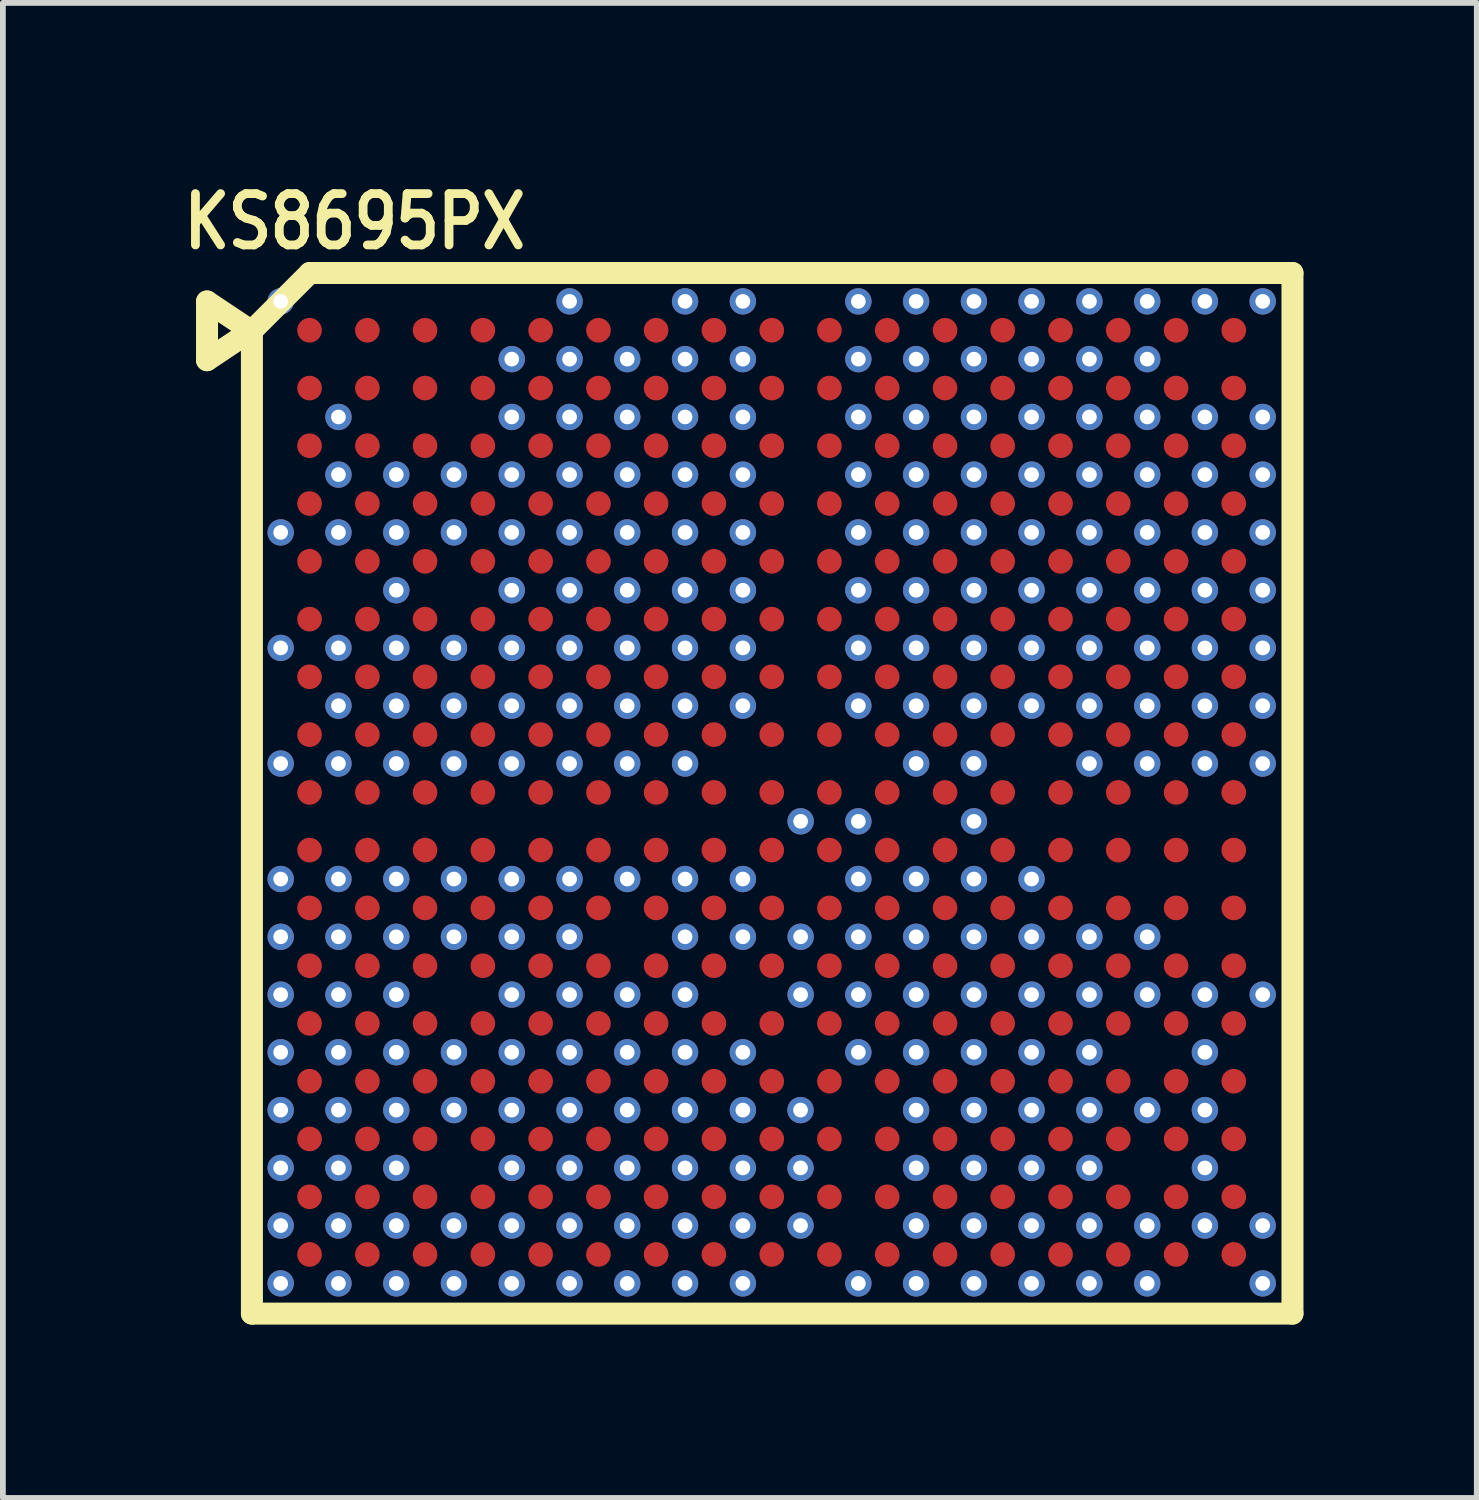
<source format=kicad_pcb>
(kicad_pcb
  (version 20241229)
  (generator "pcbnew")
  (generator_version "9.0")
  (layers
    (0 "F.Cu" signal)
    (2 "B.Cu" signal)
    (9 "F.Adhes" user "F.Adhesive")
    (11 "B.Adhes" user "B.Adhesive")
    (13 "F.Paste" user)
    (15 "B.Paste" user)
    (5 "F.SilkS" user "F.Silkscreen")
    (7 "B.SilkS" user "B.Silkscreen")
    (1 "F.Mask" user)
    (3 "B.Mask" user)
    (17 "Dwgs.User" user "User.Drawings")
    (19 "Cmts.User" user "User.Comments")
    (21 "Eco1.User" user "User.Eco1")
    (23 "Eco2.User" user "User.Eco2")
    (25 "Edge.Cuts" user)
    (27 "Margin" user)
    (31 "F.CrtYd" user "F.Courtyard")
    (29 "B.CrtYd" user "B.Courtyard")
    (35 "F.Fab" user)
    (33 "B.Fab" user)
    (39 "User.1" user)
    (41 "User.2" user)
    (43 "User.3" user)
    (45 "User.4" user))
  (footprint "KS8695PX"
    (layer "F.Cu")
    (at 2.309 2.667)
    (property "Reference" "KS8695PX" (at 0.782 -1.88 0) (layer "F.SilkS") (effects (font (size 0.889 0.762) (thickness 0.152))))
    (attr smd)
    (fp_line (start -1.775 -0.498) (end -1.775 0.518) (stroke (width 0.381) (type solid)) (layer "F.SilkS"))
    (fp_line (start -1.775 0.518) (end -1.013 0.01) (stroke (width 0.381) (type solid)) (layer "F.SilkS"))
    (fp_line (start -1.013 0.01) (end -1.775 -0.498) (stroke (width 0.381) (type solid)) (layer "F.SilkS"))
    (fp_line (start -0.998 0.01) (end 0.003 -0.991) (stroke (width 0.381) (type solid)) (layer "F.SilkS"))
    (fp_line (start -0.998 17.023) (end -0.998 0.01) (stroke (width 0.381) (type solid)) (layer "F.SilkS"))
    (fp_line (start 0.003 -0.991) (end 17.015 -0.991) (stroke (width 0.381) (type solid)) (layer "F.SilkS"))
    (fp_line (start 17.015 -0.991) (end 17.015 17.023) (stroke (width 0.381) (type solid)) (layer "F.SilkS"))
    (fp_line (start 17.015 17.023) (end -0.998 17.023) (stroke (width 0.381) (type solid)) (layer "F.SilkS"))
    (pad "A1" thru_hole circle (at -0.5 -0.5) (size 0.457 0.457) (drill 0.254) (layers "*.Cu"))
    (pad "A1" smd circle (at 0 0) (size 0.427 0.427) (layers "F.Cu" "F.Mask" "F.Paste"))
    (pad "A2" smd circle (at 1.001 0) (size 0.427 0.427) (layers "F.Cu" "F.Mask" "F.Paste"))
    (pad "A3" smd circle (at 1.999 0) (size 0.427 0.427) (layers "F.Cu" "F.Mask" "F.Paste"))
    (pad "A4" smd circle (at 3 0) (size 0.427 0.427) (layers "F.Cu" "F.Mask" "F.Paste"))
    (pad "A5" smd circle (at 4 0) (size 0.427 0.427) (layers "F.Cu" "F.Mask" "F.Paste"))
    (pad "A6" thru_hole circle (at 4.501 -0.5) (size 0.457 0.457) (drill 0.254) (layers "*.Cu"))
    (pad "A6" smd circle (at 5.001 0) (size 0.427 0.427) (layers "F.Cu" "F.Mask" "F.Paste"))
    (pad "A7" smd circle (at 5.999 0) (size 0.427 0.427) (layers "F.Cu" "F.Mask" "F.Paste"))
    (pad "A8" thru_hole circle (at 6.5 -0.5) (size 0.457 0.457) (drill 0.254) (layers "*.Cu"))
    (pad "A8" smd circle (at 7 0) (size 0.427 0.427) (layers "F.Cu" "F.Mask" "F.Paste"))
    (pad "A9" thru_hole circle (at 7.501 -0.5) (size 0.457 0.457) (drill 0.254) (layers "*.Cu"))
    (pad "A9" smd circle (at 8.001 0) (size 0.427 0.427) (layers "F.Cu" "F.Mask" "F.Paste"))
    (pad "A10" smd circle (at 8.999 0) (size 0.427 0.427) (layers "F.Cu" "F.Mask" "F.Paste"))
    (pad "A10" thru_hole circle (at 9.5 -0.5) (size 0.457 0.457) (drill 0.254) (layers "*.Cu"))
    (pad "A11" smd circle (at 10 0) (size 0.427 0.427) (layers "F.Cu" "F.Mask" "F.Paste"))
    (pad "A11" thru_hole circle (at 10.5 -0.5) (size 0.457 0.457) (drill 0.254) (layers "*.Cu"))
    (pad "A12" smd circle (at 11.001 0) (size 0.427 0.427) (layers "F.Cu" "F.Mask" "F.Paste"))
    (pad "A12" thru_hole circle (at 11.501 -0.5) (size 0.457 0.457) (drill 0.254) (layers "*.Cu"))
    (pad "A13" smd circle (at 11.999 0) (size 0.427 0.427) (layers "F.Cu" "F.Mask" "F.Paste"))
    (pad "A13" thru_hole circle (at 12.499 -0.5) (size 0.457 0.457) (drill 0.254) (layers "*.Cu"))
    (pad "A14" smd circle (at 13 0) (size 0.427 0.427) (layers "F.Cu" "F.Mask" "F.Paste"))
    (pad "A14" thru_hole circle (at 13.5 -0.5) (size 0.457 0.457) (drill 0.254) (layers "*.Cu"))
    (pad "A15" smd circle (at 14 0) (size 0.427 0.427) (layers "F.Cu" "F.Mask" "F.Paste"))
    (pad "A15" thru_hole circle (at 14.501 -0.5) (size 0.457 0.457) (drill 0.254) (layers "*.Cu"))
    (pad "A16" smd circle (at 15.001 0) (size 0.427 0.427) (layers "F.Cu" "F.Mask" "F.Paste"))
    (pad "A16" thru_hole circle (at 15.499 -0.5) (size 0.457 0.457) (drill 0.254) (layers "*.Cu"))
    (pad "A17" smd circle (at 15.999 0) (size 0.427 0.427) (layers "F.Cu" "F.Mask" "F.Paste"))
    (pad "A17" thru_hole circle (at 16.5 -0.5) (size 0.457 0.457) (drill 0.254) (layers "*.Cu"))
    (pad "B1" smd circle (at 0 1.001) (size 0.427 0.427) (layers "F.Cu" "F.Mask" "F.Paste"))
    (pad "B2" smd circle (at 1.001 1.001) (size 0.427 0.427) (layers "F.Cu" "F.Mask" "F.Paste"))
    (pad "B3" smd circle (at 1.999 1.001) (size 0.427 0.427) (layers "F.Cu" "F.Mask" "F.Paste"))
    (pad "B4" smd circle (at 3 1.001) (size 0.427 0.427) (layers "F.Cu" "F.Mask" "F.Paste"))
    (pad "B5" thru_hole circle (at 3.5 0.5) (size 0.457 0.457) (drill 0.254) (layers "*.Cu"))
    (pad "B5" smd circle (at 4 1.001) (size 0.427 0.427) (layers "F.Cu" "F.Mask" "F.Paste"))
    (pad "B6" thru_hole circle (at 4.501 0.5) (size 0.457 0.457) (drill 0.254) (layers "*.Cu"))
    (pad "B6" smd circle (at 5.001 1.001) (size 0.427 0.427) (layers "F.Cu" "F.Mask" "F.Paste"))
    (pad "B7" thru_hole circle (at 5.499 0.5) (size 0.457 0.457) (drill 0.254) (layers "*.Cu"))
    (pad "B7" smd circle (at 5.999 1.001) (size 0.427 0.427) (layers "F.Cu" "F.Mask" "F.Paste"))
    (pad "B8" thru_hole circle (at 6.5 0.5) (size 0.457 0.457) (drill 0.254) (layers "*.Cu"))
    (pad "B8" smd circle (at 7 1.001) (size 0.427 0.427) (layers "F.Cu" "F.Mask" "F.Paste"))
    (pad "B9" thru_hole circle (at 7.501 0.5) (size 0.457 0.457) (drill 0.254) (layers "*.Cu"))
    (pad "B9" smd circle (at 8.001 1.001) (size 0.427 0.427) (layers "F.Cu" "F.Mask" "F.Paste"))
    (pad "B10" smd circle (at 8.999 1.001) (size 0.427 0.427) (layers "F.Cu" "F.Mask" "F.Paste"))
    (pad "B10" thru_hole circle (at 9.5 0.5) (size 0.457 0.457) (drill 0.254) (layers "*.Cu"))
    (pad "B11" smd circle (at 10 1.001) (size 0.427 0.427) (layers "F.Cu" "F.Mask" "F.Paste"))
    (pad "B11" thru_hole circle (at 10.5 0.5) (size 0.457 0.457) (drill 0.254) (layers "*.Cu"))
    (pad "B12" smd circle (at 11.001 1.001) (size 0.427 0.427) (layers "F.Cu" "F.Mask" "F.Paste"))
    (pad "B12" thru_hole circle (at 11.501 0.5) (size 0.457 0.457) (drill 0.254) (layers "*.Cu"))
    (pad "B13" smd circle (at 11.999 1.001) (size 0.427 0.427) (layers "F.Cu" "F.Mask" "F.Paste"))
    (pad "B13" thru_hole circle (at 12.499 0.5) (size 0.457 0.457) (drill 0.254) (layers "*.Cu"))
    (pad "B14" smd circle (at 13 1.001) (size 0.427 0.427) (layers "F.Cu" "F.Mask" "F.Paste"))
    (pad "B14" thru_hole circle (at 13.5 0.5) (size 0.457 0.457) (drill 0.254) (layers "*.Cu"))
    (pad "B15" smd circle (at 14 1.001) (size 0.427 0.427) (layers "F.Cu" "F.Mask" "F.Paste"))
    (pad "B15" thru_hole circle (at 14.501 0.5) (size 0.457 0.457) (drill 0.254) (layers "*.Cu"))
    (pad "B16" smd circle (at 15.001 1.001) (size 0.427 0.427) (layers "F.Cu" "F.Mask" "F.Paste"))
    (pad "B17" smd circle (at 15.999 1.001) (size 0.427 0.427) (layers "F.Cu" "F.Mask" "F.Paste"))
    (pad "C1" smd circle (at 0 1.999) (size 0.427 0.427) (layers "F.Cu" "F.Mask" "F.Paste"))
    (pad "C2" thru_hole circle (at 0.5 1.501) (size 0.457 0.457) (drill 0.254) (layers "*.Cu"))
    (pad "C2" smd circle (at 1.001 1.999) (size 0.427 0.427) (layers "F.Cu" "F.Mask" "F.Paste"))
    (pad "C3" smd circle (at 1.999 1.999) (size 0.427 0.427) (layers "F.Cu" "F.Mask" "F.Paste"))
    (pad "C4" smd circle (at 3 1.999) (size 0.427 0.427) (layers "F.Cu" "F.Mask" "F.Paste"))
    (pad "C5" thru_hole circle (at 3.5 1.501) (size 0.457 0.457) (drill 0.254) (layers "*.Cu"))
    (pad "C5" smd circle (at 4 1.999) (size 0.427 0.427) (layers "F.Cu" "F.Mask" "F.Paste"))
    (pad "C6" thru_hole circle (at 4.501 1.501) (size 0.457 0.457) (drill 0.254) (layers "*.Cu"))
    (pad "C6" smd circle (at 5.001 1.999) (size 0.427 0.427) (layers "F.Cu" "F.Mask" "F.Paste"))
    (pad "C7" thru_hole circle (at 5.499 1.501) (size 0.457 0.457) (drill 0.254) (layers "*.Cu"))
    (pad "C7" smd circle (at 5.999 1.999) (size 0.427 0.427) (layers "F.Cu" "F.Mask" "F.Paste"))
    (pad "C8" thru_hole circle (at 6.5 1.501) (size 0.457 0.457) (drill 0.254) (layers "*.Cu"))
    (pad "C8" smd circle (at 7 1.999) (size 0.427 0.427) (layers "F.Cu" "F.Mask" "F.Paste"))
    (pad "C9" thru_hole circle (at 7.501 1.501) (size 0.457 0.457) (drill 0.254) (layers "*.Cu"))
    (pad "C9" smd circle (at 8.001 1.999) (size 0.427 0.427) (layers "F.Cu" "F.Mask" "F.Paste"))
    (pad "C10" smd circle (at 8.999 1.999) (size 0.427 0.427) (layers "F.Cu" "F.Mask" "F.Paste"))
    (pad "C10" thru_hole circle (at 9.5 1.501) (size 0.457 0.457) (drill 0.254) (layers "*.Cu"))
    (pad "C11" smd circle (at 10 1.999) (size 0.427 0.427) (layers "F.Cu" "F.Mask" "F.Paste"))
    (pad "C11" thru_hole circle (at 10.5 1.501) (size 0.457 0.457) (drill 0.254) (layers "*.Cu"))
    (pad "C12" smd circle (at 11.001 1.999) (size 0.427 0.427) (layers "F.Cu" "F.Mask" "F.Paste"))
    (pad "C12" thru_hole circle (at 11.501 1.501) (size 0.457 0.457) (drill 0.254) (layers "*.Cu"))
    (pad "C13" smd circle (at 11.999 1.999) (size 0.427 0.427) (layers "F.Cu" "F.Mask" "F.Paste"))
    (pad "C13" thru_hole circle (at 12.499 1.501) (size 0.457 0.457) (drill 0.254) (layers "*.Cu"))
    (pad "C14" smd circle (at 13 1.999) (size 0.427 0.427) (layers "F.Cu" "F.Mask" "F.Paste"))
    (pad "C14" thru_hole circle (at 13.5 1.501) (size 0.457 0.457) (drill 0.254) (layers "*.Cu"))
    (pad "C15" smd circle (at 14 1.999) (size 0.427 0.427) (layers "F.Cu" "F.Mask" "F.Paste"))
    (pad "C15" thru_hole circle (at 14.501 1.501) (size 0.457 0.457) (drill 0.254) (layers "*.Cu"))
    (pad "C16" smd circle (at 15.001 1.999) (size 0.427 0.427) (layers "F.Cu" "F.Mask" "F.Paste"))
    (pad "C16" thru_hole circle (at 15.499 1.501) (size 0.457 0.457) (drill 0.254) (layers "*.Cu"))
    (pad "C17" smd circle (at 15.999 1.999) (size 0.427 0.427) (layers "F.Cu" "F.Mask" "F.Paste"))
    (pad "C17" thru_hole circle (at 16.5 1.501) (size 0.457 0.457) (drill 0.254) (layers "*.Cu"))
    (pad "D1" smd circle (at 0 3) (size 0.427 0.427) (layers "F.Cu" "F.Mask" "F.Paste"))
    (pad "D2" thru_hole circle (at 0.5 2.499) (size 0.457 0.457) (drill 0.254) (layers "*.Cu"))
    (pad "D2" smd circle (at 1.001 3) (size 0.427 0.427) (layers "F.Cu" "F.Mask" "F.Paste"))
    (pad "D3" thru_hole circle (at 1.501 2.499) (size 0.457 0.457) (drill 0.254) (layers "*.Cu"))
    (pad "D3" smd circle (at 1.999 3) (size 0.427 0.427) (layers "F.Cu" "F.Mask" "F.Paste"))
    (pad "D4" thru_hole circle (at 2.499 2.499) (size 0.457 0.457) (drill 0.254) (layers "*.Cu"))
    (pad "D4" smd circle (at 3 3) (size 0.427 0.427) (layers "F.Cu" "F.Mask" "F.Paste"))
    (pad "D5" thru_hole circle (at 3.5 2.499) (size 0.457 0.457) (drill 0.254) (layers "*.Cu"))
    (pad "D5" smd circle (at 4 3) (size 0.427 0.427) (layers "F.Cu" "F.Mask" "F.Paste"))
    (pad "D6" thru_hole circle (at 4.501 2.499) (size 0.457 0.457) (drill 0.254) (layers "*.Cu"))
    (pad "D6" smd circle (at 5.001 3) (size 0.427 0.427) (layers "F.Cu" "F.Mask" "F.Paste"))
    (pad "D7" thru_hole circle (at 5.499 2.499) (size 0.457 0.457) (drill 0.254) (layers "*.Cu"))
    (pad "D7" smd circle (at 5.999 3) (size 0.427 0.427) (layers "F.Cu" "F.Mask" "F.Paste"))
    (pad "D8" thru_hole circle (at 6.5 2.499) (size 0.457 0.457) (drill 0.254) (layers "*.Cu"))
    (pad "D8" smd circle (at 7 3) (size 0.427 0.427) (layers "F.Cu" "F.Mask" "F.Paste"))
    (pad "D9" thru_hole circle (at 7.501 2.499) (size 0.457 0.457) (drill 0.254) (layers "*.Cu"))
    (pad "D9" smd circle (at 8.001 3) (size 0.427 0.427) (layers "F.Cu" "F.Mask" "F.Paste"))
    (pad "D10" smd circle (at 8.999 3) (size 0.427 0.427) (layers "F.Cu" "F.Mask" "F.Paste"))
    (pad "D10" thru_hole circle (at 9.5 2.499) (size 0.457 0.457) (drill 0.254) (layers "*.Cu"))
    (pad "D11" smd circle (at 10 3) (size 0.427 0.427) (layers "F.Cu" "F.Mask" "F.Paste"))
    (pad "D11" thru_hole circle (at 10.5 2.499) (size 0.457 0.457) (drill 0.254) (layers "*.Cu"))
    (pad "D12" smd circle (at 11.001 3) (size 0.427 0.427) (layers "F.Cu" "F.Mask" "F.Paste"))
    (pad "D12" thru_hole circle (at 11.501 2.499) (size 0.457 0.457) (drill 0.254) (layers "*.Cu"))
    (pad "D13" smd circle (at 11.999 3) (size 0.427 0.427) (layers "F.Cu" "F.Mask" "F.Paste"))
    (pad "D13" thru_hole circle (at 12.499 2.499) (size 0.457 0.457) (drill 0.254) (layers "*.Cu"))
    (pad "D14" smd circle (at 13 3) (size 0.427 0.427) (layers "F.Cu" "F.Mask" "F.Paste"))
    (pad "D14" thru_hole circle (at 13.5 2.499) (size 0.457 0.457) (drill 0.254) (layers "*.Cu"))
    (pad "D15" smd circle (at 14 3) (size 0.427 0.427) (layers "F.Cu" "F.Mask" "F.Paste"))
    (pad "D15" thru_hole circle (at 14.501 2.499) (size 0.457 0.457) (drill 0.254) (layers "*.Cu"))
    (pad "D16" smd circle (at 15.001 3) (size 0.427 0.427) (layers "F.Cu" "F.Mask" "F.Paste"))
    (pad "D16" thru_hole circle (at 15.499 2.499) (size 0.457 0.457) (drill 0.254) (layers "*.Cu"))
    (pad "D17" smd circle (at 15.999 3) (size 0.427 0.427) (layers "F.Cu" "F.Mask" "F.Paste"))
    (pad "D17" thru_hole circle (at 16.5 2.499) (size 0.457 0.457) (drill 0.254) (layers "*.Cu"))
    (pad "E1" thru_hole circle (at -0.5 3.5) (size 0.457 0.457) (drill 0.254) (layers "*.Cu"))
    (pad "E1" smd circle (at 0 4) (size 0.427 0.427) (layers "F.Cu" "F.Mask" "F.Paste"))
    (pad "E2" thru_hole circle (at 0.5 3.5) (size 0.457 0.457) (drill 0.254) (layers "*.Cu"))
    (pad "E2" smd circle (at 1.001 4) (size 0.427 0.427) (layers "F.Cu" "F.Mask" "F.Paste"))
    (pad "E3" thru_hole circle (at 1.501 3.5) (size 0.457 0.457) (drill 0.254) (layers "*.Cu"))
    (pad "E3" smd circle (at 1.999 4) (size 0.427 0.427) (layers "F.Cu" "F.Mask" "F.Paste"))
    (pad "E4" thru_hole circle (at 2.499 3.5) (size 0.457 0.457) (drill 0.254) (layers "*.Cu"))
    (pad "E4" smd circle (at 3 4) (size 0.427 0.427) (layers "F.Cu" "F.Mask" "F.Paste"))
    (pad "E5" thru_hole circle (at 3.5 3.5) (size 0.457 0.457) (drill 0.254) (layers "*.Cu"))
    (pad "E5" smd circle (at 4 4) (size 0.427 0.427) (layers "F.Cu" "F.Mask" "F.Paste"))
    (pad "E6" thru_hole circle (at 4.501 3.5) (size 0.457 0.457) (drill 0.254) (layers "*.Cu"))
    (pad "E6" smd circle (at 5.001 4) (size 0.427 0.427) (layers "F.Cu" "F.Mask" "F.Paste"))
    (pad "E7" thru_hole circle (at 5.499 3.5) (size 0.457 0.457) (drill 0.254) (layers "*.Cu"))
    (pad "E7" smd circle (at 5.999 4) (size 0.427 0.427) (layers "F.Cu" "F.Mask" "F.Paste"))
    (pad "E8" thru_hole circle (at 6.5 3.5) (size 0.457 0.457) (drill 0.254) (layers "*.Cu"))
    (pad "E8" smd circle (at 7 4) (size 0.427 0.427) (layers "F.Cu" "F.Mask" "F.Paste"))
    (pad "E9" thru_hole circle (at 7.501 3.5) (size 0.457 0.457) (drill 0.254) (layers "*.Cu"))
    (pad "E9" smd circle (at 8.001 4) (size 0.427 0.427) (layers "F.Cu" "F.Mask" "F.Paste"))
    (pad "E10" smd circle (at 8.999 4) (size 0.427 0.427) (layers "F.Cu" "F.Mask" "F.Paste"))
    (pad "E10" thru_hole circle (at 9.5 3.5) (size 0.457 0.457) (drill 0.254) (layers "*.Cu"))
    (pad "E11" smd circle (at 10 4) (size 0.427 0.427) (layers "F.Cu" "F.Mask" "F.Paste"))
    (pad "E11" thru_hole circle (at 10.5 3.5) (size 0.457 0.457) (drill 0.254) (layers "*.Cu"))
    (pad "E12" smd circle (at 11.001 4) (size 0.427 0.427) (layers "F.Cu" "F.Mask" "F.Paste"))
    (pad "E12" thru_hole circle (at 11.501 3.5) (size 0.457 0.457) (drill 0.254) (layers "*.Cu"))
    (pad "E13" smd circle (at 11.999 4) (size 0.427 0.427) (layers "F.Cu" "F.Mask" "F.Paste"))
    (pad "E13" thru_hole circle (at 12.499 3.5) (size 0.457 0.457) (drill 0.254) (layers "*.Cu"))
    (pad "E14" smd circle (at 13 4) (size 0.427 0.427) (layers "F.Cu" "F.Mask" "F.Paste"))
    (pad "E14" thru_hole circle (at 13.5 3.5) (size 0.457 0.457) (drill 0.254) (layers "*.Cu"))
    (pad "E15" smd circle (at 14 4) (size 0.427 0.427) (layers "F.Cu" "F.Mask" "F.Paste"))
    (pad "E15" thru_hole circle (at 14.501 3.5) (size 0.457 0.457) (drill 0.254) (layers "*.Cu"))
    (pad "E16" smd circle (at 15.001 4) (size 0.427 0.427) (layers "F.Cu" "F.Mask" "F.Paste"))
    (pad "E16" thru_hole circle (at 15.499 3.5) (size 0.457 0.457) (drill 0.254) (layers "*.Cu"))
    (pad "E17" smd circle (at 15.999 4) (size 0.427 0.427) (layers "F.Cu" "F.Mask" "F.Paste"))
    (pad "E17" thru_hole circle (at 16.5 3.5) (size 0.457 0.457) (drill 0.254) (layers "*.Cu"))
    (pad "F1" smd circle (at 0 5.001) (size 0.427 0.427) (layers "F.Cu" "F.Mask" "F.Paste"))
    (pad "F2" smd circle (at 1.001 5.001) (size 0.427 0.427) (layers "F.Cu" "F.Mask" "F.Paste"))
    (pad "F3" thru_hole circle (at 1.501 4.501) (size 0.457 0.457) (drill 0.254) (layers "*.Cu"))
    (pad "F3" smd circle (at 1.999 5.001) (size 0.427 0.427) (layers "F.Cu" "F.Mask" "F.Paste"))
    (pad "F4" smd circle (at 3 5.001) (size 0.427 0.427) (layers "F.Cu" "F.Mask" "F.Paste"))
    (pad "F5" thru_hole circle (at 3.5 4.501) (size 0.457 0.457) (drill 0.254) (layers "*.Cu"))
    (pad "F5" smd circle (at 4 5.001) (size 0.427 0.427) (layers "F.Cu" "F.Mask" "F.Paste"))
    (pad "F6" thru_hole circle (at 4.501 4.501) (size 0.457 0.457) (drill 0.254) (layers "*.Cu"))
    (pad "F6" smd circle (at 5.001 5.001) (size 0.427 0.427) (layers "F.Cu" "F.Mask" "F.Paste"))
    (pad "F7" thru_hole circle (at 5.499 4.501) (size 0.457 0.457) (drill 0.254) (layers "*.Cu"))
    (pad "F7" smd circle (at 5.999 5.001) (size 0.427 0.427) (layers "F.Cu" "F.Mask" "F.Paste"))
    (pad "F8" thru_hole circle (at 6.5 4.501) (size 0.457 0.457) (drill 0.254) (layers "*.Cu"))
    (pad "F8" smd circle (at 7 5.001) (size 0.427 0.427) (layers "F.Cu" "F.Mask" "F.Paste"))
    (pad "F9" thru_hole circle (at 7.501 4.501) (size 0.457 0.457) (drill 0.254) (layers "*.Cu"))
    (pad "F9" smd circle (at 8.001 5.001) (size 0.427 0.427) (layers "F.Cu" "F.Mask" "F.Paste"))
    (pad "F10" smd circle (at 8.999 5.001) (size 0.427 0.427) (layers "F.Cu" "F.Mask" "F.Paste"))
    (pad "F10" thru_hole circle (at 9.5 4.501) (size 0.457 0.457) (drill 0.254) (layers "*.Cu"))
    (pad "F11" smd circle (at 10 5.001) (size 0.427 0.427) (layers "F.Cu" "F.Mask" "F.Paste"))
    (pad "F11" thru_hole circle (at 10.5 4.501) (size 0.457 0.457) (drill 0.254) (layers "*.Cu"))
    (pad "F12" smd circle (at 11.001 5.001) (size 0.427 0.427) (layers "F.Cu" "F.Mask" "F.Paste"))
    (pad "F12" thru_hole circle (at 11.501 4.501) (size 0.457 0.457) (drill 0.254) (layers "*.Cu"))
    (pad "F13" smd circle (at 11.999 5.001) (size 0.427 0.427) (layers "F.Cu" "F.Mask" "F.Paste"))
    (pad "F13" thru_hole circle (at 12.499 4.501) (size 0.457 0.457) (drill 0.254) (layers "*.Cu"))
    (pad "F14" smd circle (at 13 5.001) (size 0.427 0.427) (layers "F.Cu" "F.Mask" "F.Paste"))
    (pad "F14" thru_hole circle (at 13.5 4.501) (size 0.457 0.457) (drill 0.254) (layers "*.Cu"))
    (pad "F15" smd circle (at 14 5.001) (size 0.427 0.427) (layers "F.Cu" "F.Mask" "F.Paste"))
    (pad "F15" thru_hole circle (at 14.501 4.501) (size 0.457 0.457) (drill 0.254) (layers "*.Cu"))
    (pad "F16" smd circle (at 15.001 5.001) (size 0.427 0.427) (layers "F.Cu" "F.Mask" "F.Paste"))
    (pad "F16" thru_hole circle (at 15.499 4.501) (size 0.457 0.457) (drill 0.254) (layers "*.Cu"))
    (pad "F17" smd circle (at 15.999 5.001) (size 0.427 0.427) (layers "F.Cu" "F.Mask" "F.Paste"))
    (pad "F17" thru_hole circle (at 16.5 4.501) (size 0.457 0.457) (drill 0.254) (layers "*.Cu"))
    (pad "G1" thru_hole circle (at -0.5 5.499) (size 0.457 0.457) (drill 0.254) (layers "*.Cu"))
    (pad "G1" smd circle (at 0 5.999) (size 0.427 0.427) (layers "F.Cu" "F.Mask" "F.Paste"))
    (pad "G2" thru_hole circle (at 0.5 5.499) (size 0.457 0.457) (drill 0.254) (layers "*.Cu"))
    (pad "G2" smd circle (at 1.001 5.999) (size 0.427 0.427) (layers "F.Cu" "F.Mask" "F.Paste"))
    (pad "G3" thru_hole circle (at 1.501 5.499) (size 0.457 0.457) (drill 0.254) (layers "*.Cu"))
    (pad "G3" smd circle (at 1.999 5.999) (size 0.427 0.427) (layers "F.Cu" "F.Mask" "F.Paste"))
    (pad "G4" thru_hole circle (at 2.499 5.499) (size 0.457 0.457) (drill 0.254) (layers "*.Cu"))
    (pad "G4" smd circle (at 3 5.999) (size 0.427 0.427) (layers "F.Cu" "F.Mask" "F.Paste"))
    (pad "G5" thru_hole circle (at 3.5 5.499) (size 0.457 0.457) (drill 0.254) (layers "*.Cu"))
    (pad "G5" smd circle (at 4 5.999) (size 0.427 0.427) (layers "F.Cu" "F.Mask" "F.Paste"))
    (pad "G6" thru_hole circle (at 4.501 5.499) (size 0.457 0.457) (drill 0.254) (layers "*.Cu"))
    (pad "G6" smd circle (at 5.001 5.999) (size 0.427 0.427) (layers "F.Cu" "F.Mask" "F.Paste"))
    (pad "G7" thru_hole circle (at 5.499 5.499) (size 0.457 0.457) (drill 0.254) (layers "*.Cu"))
    (pad "G7" smd circle (at 5.999 5.999) (size 0.427 0.427) (layers "F.Cu" "F.Mask" "F.Paste"))
    (pad "G8" thru_hole circle (at 6.5 5.499) (size 0.457 0.457) (drill 0.254) (layers "*.Cu"))
    (pad "G8" smd circle (at 7 5.999) (size 0.427 0.427) (layers "F.Cu" "F.Mask" "F.Paste"))
    (pad "G9" thru_hole circle (at 7.501 5.499) (size 0.457 0.457) (drill 0.254) (layers "*.Cu"))
    (pad "G9" smd circle (at 8.001 5.999) (size 0.427 0.427) (layers "F.Cu" "F.Mask" "F.Paste"))
    (pad "G10" smd circle (at 8.999 5.999) (size 0.427 0.427) (layers "F.Cu" "F.Mask" "F.Paste"))
    (pad "G10" thru_hole circle (at 9.5 5.499) (size 0.457 0.457) (drill 0.254) (layers "*.Cu"))
    (pad "G11" smd circle (at 10 5.999) (size 0.427 0.427) (layers "F.Cu" "F.Mask" "F.Paste"))
    (pad "G11" thru_hole circle (at 10.5 5.499) (size 0.457 0.457) (drill 0.254) (layers "*.Cu"))
    (pad "G12" smd circle (at 11.001 5.999) (size 0.427 0.427) (layers "F.Cu" "F.Mask" "F.Paste"))
    (pad "G12" thru_hole circle (at 11.501 5.499) (size 0.457 0.457) (drill 0.254) (layers "*.Cu"))
    (pad "G13" smd circle (at 11.999 5.999) (size 0.427 0.427) (layers "F.Cu" "F.Mask" "F.Paste"))
    (pad "G13" thru_hole circle (at 12.499 5.499) (size 0.457 0.457) (drill 0.254) (layers "*.Cu"))
    (pad "G14" smd circle (at 13 5.999) (size 0.427 0.427) (layers "F.Cu" "F.Mask" "F.Paste"))
    (pad "G14" thru_hole circle (at 13.5 5.499) (size 0.457 0.457) (drill 0.254) (layers "*.Cu"))
    (pad "G15" smd circle (at 14 5.999) (size 0.427 0.427) (layers "F.Cu" "F.Mask" "F.Paste"))
    (pad "G15" thru_hole circle (at 14.501 5.499) (size 0.457 0.457) (drill 0.254) (layers "*.Cu"))
    (pad "G16" smd circle (at 15.001 5.999) (size 0.427 0.427) (layers "F.Cu" "F.Mask" "F.Paste"))
    (pad "G16" thru_hole circle (at 15.499 5.499) (size 0.457 0.457) (drill 0.254) (layers "*.Cu"))
    (pad "G17" smd circle (at 15.999 5.999) (size 0.427 0.427) (layers "F.Cu" "F.Mask" "F.Paste"))
    (pad "G17" thru_hole circle (at 16.5 5.499) (size 0.457 0.457) (drill 0.254) (layers "*.Cu"))
    (pad "H1" smd circle (at 0 7) (size 0.427 0.427) (layers "F.Cu" "F.Mask" "F.Paste"))
    (pad "H2" thru_hole circle (at 0.5 6.5) (size 0.457 0.457) (drill 0.254) (layers "*.Cu"))
    (pad "H2" smd circle (at 1.001 7) (size 0.427 0.427) (layers "F.Cu" "F.Mask" "F.Paste"))
    (pad "H3" thru_hole circle (at 1.501 6.5) (size 0.457 0.457) (drill 0.254) (layers "*.Cu"))
    (pad "H3" smd circle (at 1.999 7) (size 0.427 0.427) (layers "F.Cu" "F.Mask" "F.Paste"))
    (pad "H4" thru_hole circle (at 2.499 6.5) (size 0.457 0.457) (drill 0.254) (layers "*.Cu"))
    (pad "H4" smd circle (at 3 7) (size 0.427 0.427) (layers "F.Cu" "F.Mask" "F.Paste"))
    (pad "H5" thru_hole circle (at 3.5 6.5) (size 0.457 0.457) (drill 0.254) (layers "*.Cu"))
    (pad "H5" smd circle (at 4 7) (size 0.427 0.427) (layers "F.Cu" "F.Mask" "F.Paste"))
    (pad "H6" thru_hole circle (at 4.501 6.5) (size 0.457 0.457) (drill 0.254) (layers "*.Cu"))
    (pad "H6" smd circle (at 5.001 7) (size 0.427 0.427) (layers "F.Cu" "F.Mask" "F.Paste"))
    (pad "H7" thru_hole circle (at 5.499 6.5) (size 0.457 0.457) (drill 0.254) (layers "*.Cu"))
    (pad "H7" smd circle (at 5.999 7) (size 0.427 0.427) (layers "F.Cu" "F.Mask" "F.Paste"))
    (pad "H8" thru_hole circle (at 6.5 6.5) (size 0.457 0.457) (drill 0.254) (layers "*.Cu"))
    (pad "H8" smd circle (at 7 7) (size 0.427 0.427) (layers "F.Cu" "F.Mask" "F.Paste"))
    (pad "H9" thru_hole circle (at 7.501 6.5) (size 0.457 0.457) (drill 0.254) (layers "*.Cu"))
    (pad "H9" smd circle (at 8.001 7) (size 0.427 0.427) (layers "F.Cu" "F.Mask" "F.Paste"))
    (pad "H10" smd circle (at 8.999 7) (size 0.427 0.427) (layers "F.Cu" "F.Mask" "F.Paste"))
    (pad "H10" thru_hole circle (at 9.5 6.5) (size 0.457 0.457) (drill 0.254) (layers "*.Cu"))
    (pad "H11" smd circle (at 10 7) (size 0.427 0.427) (layers "F.Cu" "F.Mask" "F.Paste"))
    (pad "H11" thru_hole circle (at 10.5 6.5) (size 0.457 0.457) (drill 0.254) (layers "*.Cu"))
    (pad "H12" smd circle (at 11.001 7) (size 0.427 0.427) (layers "F.Cu" "F.Mask" "F.Paste"))
    (pad "H12" thru_hole circle (at 11.501 6.5) (size 0.457 0.457) (drill 0.254) (layers "*.Cu"))
    (pad "H13" smd circle (at 11.999 7) (size 0.427 0.427) (layers "F.Cu" "F.Mask" "F.Paste"))
    (pad "H13" thru_hole circle (at 12.499 6.5) (size 0.457 0.457) (drill 0.254) (layers "*.Cu"))
    (pad "H14" smd circle (at 13 7) (size 0.427 0.427) (layers "F.Cu" "F.Mask" "F.Paste"))
    (pad "H14" thru_hole circle (at 13.5 6.5) (size 0.457 0.457) (drill 0.254) (layers "*.Cu"))
    (pad "H15" smd circle (at 14 7) (size 0.427 0.427) (layers "F.Cu" "F.Mask" "F.Paste"))
    (pad "H15" thru_hole circle (at 14.501 6.5) (size 0.457 0.457) (drill 0.254) (layers "*.Cu"))
    (pad "H16" smd circle (at 15.001 7) (size 0.427 0.427) (layers "F.Cu" "F.Mask" "F.Paste"))
    (pad "H16" thru_hole circle (at 15.499 6.5) (size 0.457 0.457) (drill 0.254) (layers "*.Cu"))
    (pad "H17" smd circle (at 15.999 7) (size 0.427 0.427) (layers "F.Cu" "F.Mask" "F.Paste"))
    (pad "H17" thru_hole circle (at 16.5 6.5) (size 0.457 0.457) (drill 0.254) (layers "*.Cu"))
    (pad "J1" thru_hole circle (at -0.5 7.501) (size 0.457 0.457) (drill 0.254) (layers "*.Cu"))
    (pad "J1" smd circle (at 0 8.001) (size 0.427 0.427) (layers "F.Cu" "F.Mask" "F.Paste"))
    (pad "J2" thru_hole circle (at 0.5 7.501) (size 0.457 0.457) (drill 0.254) (layers "*.Cu"))
    (pad "J2" smd circle (at 1.001 8.001) (size 0.427 0.427) (layers "F.Cu" "F.Mask" "F.Paste"))
    (pad "J3" thru_hole circle (at 1.501 7.501) (size 0.457 0.457) (drill 0.254) (layers "*.Cu"))
    (pad "J3" smd circle (at 1.999 8.001) (size 0.427 0.427) (layers "F.Cu" "F.Mask" "F.Paste"))
    (pad "J4" thru_hole circle (at 2.499 7.501) (size 0.457 0.457) (drill 0.254) (layers "*.Cu"))
    (pad "J4" smd circle (at 3 8.001) (size 0.427 0.427) (layers "F.Cu" "F.Mask" "F.Paste"))
    (pad "J5" thru_hole circle (at 3.5 7.501) (size 0.457 0.457) (drill 0.254) (layers "*.Cu"))
    (pad "J5" smd circle (at 4 8.001) (size 0.427 0.427) (layers "F.Cu" "F.Mask" "F.Paste"))
    (pad "J6" thru_hole circle (at 4.501 7.501) (size 0.457 0.457) (drill 0.254) (layers "*.Cu"))
    (pad "J6" smd circle (at 5.001 8.001) (size 0.427 0.427) (layers "F.Cu" "F.Mask" "F.Paste"))
    (pad "J7" thru_hole circle (at 5.499 7.501) (size 0.457 0.457) (drill 0.254) (layers "*.Cu"))
    (pad "J7" smd circle (at 5.999 8.001) (size 0.427 0.427) (layers "F.Cu" "F.Mask" "F.Paste"))
    (pad "J8" thru_hole circle (at 6.5 7.501) (size 0.457 0.457) (drill 0.254) (layers "*.Cu"))
    (pad "J8" smd circle (at 7 8.001) (size 0.427 0.427) (layers "F.Cu" "F.Mask" "F.Paste"))
    (pad "J9" smd circle (at 8.001 8.001) (size 0.427 0.427) (layers "F.Cu" "F.Mask" "F.Paste"))
    (pad "J9" thru_hole circle (at 8.501 8.501) (size 0.457 0.457) (drill 0.254) (layers "*.Cu"))
    (pad "J10" smd circle (at 8.999 8.001) (size 0.427 0.427) (layers "F.Cu" "F.Mask" "F.Paste"))
    (pad "J10" thru_hole circle (at 9.5 8.501) (size 0.457 0.457) (drill 0.254) (layers "*.Cu"))
    (pad "J11" smd circle (at 10 8.001) (size 0.427 0.427) (layers "F.Cu" "F.Mask" "F.Paste"))
    (pad "J11" thru_hole circle (at 10.5 7.501) (size 0.457 0.457) (drill 0.254) (layers "*.Cu"))
    (pad "J12" smd circle (at 11.001 8.001) (size 0.427 0.427) (layers "F.Cu" "F.Mask" "F.Paste"))
    (pad "J12" thru_hole circle (at 11.501 8.501) (size 0.457 0.457) (drill 0.254) (layers "*.Cu"))
    (pad "J13" thru_hole circle (at 11.499 7.498) (size 0.457 0.457) (drill 0.254) (layers "*.Cu"))
    (pad "J13" smd circle (at 11.999 8.001) (size 0.427 0.427) (layers "F.Cu" "F.Mask" "F.Paste"))
    (pad "J14" smd circle (at 13 8.001) (size 0.427 0.427) (layers "F.Cu" "F.Mask" "F.Paste"))
    (pad "J14" thru_hole circle (at 13.5 7.501) (size 0.457 0.457) (drill 0.254) (layers "*.Cu"))
    (pad "J15" smd circle (at 14 8.001) (size 0.427 0.427) (layers "F.Cu" "F.Mask" "F.Paste"))
    (pad "J15" thru_hole circle (at 14.501 7.501) (size 0.457 0.457) (drill 0.254) (layers "*.Cu"))
    (pad "J16" smd circle (at 15.001 8.001) (size 0.427 0.427) (layers "F.Cu" "F.Mask" "F.Paste"))
    (pad "J16" thru_hole circle (at 15.499 7.501) (size 0.457 0.457) (drill 0.254) (layers "*.Cu"))
    (pad "J17" smd circle (at 15.999 8.001) (size 0.427 0.427) (layers "F.Cu" "F.Mask" "F.Paste"))
    (pad "J17" thru_hole circle (at 16.5 7.501) (size 0.457 0.457) (drill 0.254) (layers "*.Cu"))
    (pad "K1" thru_hole circle (at -0.5 9.5) (size 0.457 0.457) (drill 0.254) (layers "*.Cu"))
    (pad "K1" smd circle (at 0 8.999) (size 0.427 0.427) (layers "F.Cu" "F.Mask" "F.Paste"))
    (pad "K2" thru_hole circle (at 0.5 9.5) (size 0.457 0.457) (drill 0.254) (layers "*.Cu"))
    (pad "K2" smd circle (at 1.001 8.999) (size 0.427 0.427) (layers "F.Cu" "F.Mask" "F.Paste"))
    (pad "K3" thru_hole circle (at 1.501 9.5) (size 0.457 0.457) (drill 0.254) (layers "*.Cu"))
    (pad "K3" smd circle (at 1.999 8.999) (size 0.427 0.427) (layers "F.Cu" "F.Mask" "F.Paste"))
    (pad "K4" thru_hole circle (at 2.499 9.5) (size 0.457 0.457) (drill 0.254) (layers "*.Cu"))
    (pad "K4" smd circle (at 3 8.999) (size 0.427 0.427) (layers "F.Cu" "F.Mask" "F.Paste"))
    (pad "K5" thru_hole circle (at 3.5 9.5) (size 0.457 0.457) (drill 0.254) (layers "*.Cu"))
    (pad "K5" smd circle (at 4 8.999) (size 0.427 0.427) (layers "F.Cu" "F.Mask" "F.Paste"))
    (pad "K6" thru_hole circle (at 4.501 9.5) (size 0.457 0.457) (drill 0.254) (layers "*.Cu"))
    (pad "K6" smd circle (at 5.001 8.999) (size 0.427 0.427) (layers "F.Cu" "F.Mask" "F.Paste"))
    (pad "K7" thru_hole circle (at 5.499 9.5) (size 0.457 0.457) (drill 0.254) (layers "*.Cu"))
    (pad "K7" smd circle (at 5.999 8.999) (size 0.427 0.427) (layers "F.Cu" "F.Mask" "F.Paste"))
    (pad "K8" thru_hole circle (at 6.5 9.5) (size 0.457 0.457) (drill 0.254) (layers "*.Cu"))
    (pad "K8" smd circle (at 7 8.999) (size 0.427 0.427) (layers "F.Cu" "F.Mask" "F.Paste"))
    (pad "K9" thru_hole circle (at 7.501 9.5) (size 0.457 0.457) (drill 0.254) (layers "*.Cu"))
    (pad "K9" smd circle (at 8.001 8.999) (size 0.427 0.427) (layers "F.Cu" "F.Mask" "F.Paste"))
    (pad "K10" smd circle (at 8.999 8.999) (size 0.427 0.427) (layers "F.Cu" "F.Mask" "F.Paste"))
    (pad "K10" thru_hole circle (at 9.5 9.5) (size 0.457 0.457) (drill 0.254) (layers "*.Cu"))
    (pad "K11" smd circle (at 10 8.999) (size 0.427 0.427) (layers "F.Cu" "F.Mask" "F.Paste"))
    (pad "K11" thru_hole circle (at 10.5 9.5) (size 0.457 0.457) (drill 0.254) (layers "*.Cu"))
    (pad "K12" smd circle (at 11.001 8.999) (size 0.427 0.427) (layers "F.Cu" "F.Mask" "F.Paste"))
    (pad "K12" thru_hole circle (at 11.501 9.5) (size 0.457 0.457) (drill 0.254) (layers "*.Cu"))
    (pad "K13" smd circle (at 11.999 8.999) (size 0.427 0.427) (layers "F.Cu" "F.Mask" "F.Paste"))
    (pad "K13" thru_hole circle (at 12.499 9.5) (size 0.457 0.457) (drill 0.254) (layers "*.Cu"))
    (pad "K14" smd circle (at 13 8.999) (size 0.427 0.427) (layers "F.Cu" "F.Mask" "F.Paste"))
    (pad "K15" smd circle (at 14 8.999) (size 0.427 0.427) (layers "F.Cu" "F.Mask" "F.Paste"))
    (pad "K16" smd circle (at 15.001 8.999) (size 0.427 0.427) (layers "F.Cu" "F.Mask" "F.Paste"))
    (pad "K17" smd circle (at 15.999 8.999) (size 0.427 0.427) (layers "F.Cu" "F.Mask" "F.Paste"))
    (pad "L1" thru_hole circle (at -0.5 10.5) (size 0.457 0.457) (drill 0.254) (layers "*.Cu"))
    (pad "L1" smd circle (at 0 10) (size 0.427 0.427) (layers "F.Cu" "F.Mask" "F.Paste"))
    (pad "L2" thru_hole circle (at 0.5 10.5) (size 0.457 0.457) (drill 0.254) (layers "*.Cu"))
    (pad "L2" smd circle (at 1.001 10) (size 0.427 0.427) (layers "F.Cu" "F.Mask" "F.Paste"))
    (pad "L3" thru_hole circle (at 1.501 10.5) (size 0.457 0.457) (drill 0.254) (layers "*.Cu"))
    (pad "L3" smd circle (at 1.999 10) (size 0.427 0.427) (layers "F.Cu" "F.Mask" "F.Paste"))
    (pad "L4" thru_hole circle (at 2.499 10.5) (size 0.457 0.457) (drill 0.254) (layers "*.Cu"))
    (pad "L4" smd circle (at 3 10) (size 0.427 0.427) (layers "F.Cu" "F.Mask" "F.Paste"))
    (pad "L5" thru_hole circle (at 3.5 10.5) (size 0.457 0.457) (drill 0.254) (layers "*.Cu"))
    (pad "L5" smd circle (at 4 10) (size 0.427 0.427) (layers "F.Cu" "F.Mask" "F.Paste"))
    (pad "L6" thru_hole circle (at 4.501 10.5) (size 0.457 0.457) (drill 0.254) (layers "*.Cu"))
    (pad "L6" smd circle (at 5.001 10) (size 0.427 0.427) (layers "F.Cu" "F.Mask" "F.Paste"))
    (pad "L7" smd circle (at 5.999 10) (size 0.427 0.427) (layers "F.Cu" "F.Mask" "F.Paste"))
    (pad "L7" thru_hole circle (at 8.501 10.5) (size 0.457 0.457) (drill 0.254) (layers "*.Cu"))
    (pad "L8" thru_hole circle (at 6.5 10.5) (size 0.457 0.457) (drill 0.254) (layers "*.Cu"))
    (pad "L8" smd circle (at 7 10) (size 0.427 0.427) (layers "F.Cu" "F.Mask" "F.Paste"))
    (pad "L9" thru_hole circle (at 7.501 10.5) (size 0.457 0.457) (drill 0.254) (layers "*.Cu"))
    (pad "L9" smd circle (at 8.001 10) (size 0.427 0.427) (layers "F.Cu" "F.Mask" "F.Paste"))
    (pad "L10" smd circle (at 8.999 10) (size 0.427 0.427) (layers "F.Cu" "F.Mask" "F.Paste"))
    (pad "L10" thru_hole circle (at 9.5 10.5) (size 0.457 0.457) (drill 0.254) (layers "*.Cu"))
    (pad "L11" smd circle (at 10 10) (size 0.427 0.427) (layers "F.Cu" "F.Mask" "F.Paste"))
    (pad "L11" thru_hole circle (at 10.5 10.5) (size 0.457 0.457) (drill 0.254) (layers "*.Cu"))
    (pad "L12" smd circle (at 11.001 10) (size 0.427 0.427) (layers "F.Cu" "F.Mask" "F.Paste"))
    (pad "L12" thru_hole circle (at 11.501 10.5) (size 0.457 0.457) (drill 0.254) (layers "*.Cu"))
    (pad "L13" smd circle (at 11.999 10) (size 0.427 0.427) (layers "F.Cu" "F.Mask" "F.Paste"))
    (pad "L13" thru_hole circle (at 12.499 10.5) (size 0.457 0.457) (drill 0.254) (layers "*.Cu"))
    (pad "L14" smd circle (at 13 10) (size 0.427 0.427) (layers "F.Cu" "F.Mask" "F.Paste"))
    (pad "L14" thru_hole circle (at 13.5 10.5) (size 0.457 0.457) (drill 0.254) (layers "*.Cu"))
    (pad "L15" smd circle (at 14 10) (size 0.427 0.427) (layers "F.Cu" "F.Mask" "F.Paste"))
    (pad "L15" thru_hole circle (at 14.501 10.5) (size 0.457 0.457) (drill 0.254) (layers "*.Cu"))
    (pad "L16" smd circle (at 15.001 10) (size 0.427 0.427) (layers "F.Cu" "F.Mask" "F.Paste"))
    (pad "L17" smd circle (at 15.999 10) (size 0.427 0.427) (layers "F.Cu" "F.Mask" "F.Paste"))
    (pad "M1" thru_hole circle (at -0.5 11.501) (size 0.457 0.457) (drill 0.254) (layers "*.Cu"))
    (pad "M1" smd circle (at 0 11.001) (size 0.427 0.427) (layers "F.Cu" "F.Mask" "F.Paste"))
    (pad "M2" thru_hole circle (at 0.5 11.501) (size 0.457 0.457) (drill 0.254) (layers "*.Cu"))
    (pad "M2" smd circle (at 1.001 11.001) (size 0.427 0.427) (layers "F.Cu" "F.Mask" "F.Paste"))
    (pad "M3" thru_hole circle (at 1.501 11.501) (size 0.457 0.457) (drill 0.254) (layers "*.Cu"))
    (pad "M3" smd circle (at 1.999 11.001) (size 0.427 0.427) (layers "F.Cu" "F.Mask" "F.Paste"))
    (pad "M4" smd circle (at 3 11.001) (size 0.427 0.427) (layers "F.Cu" "F.Mask" "F.Paste"))
    (pad "M5" thru_hole circle (at 3.5 11.501) (size 0.457 0.457) (drill 0.254) (layers "*.Cu"))
    (pad "M5" smd circle (at 4 11.001) (size 0.427 0.427) (layers "F.Cu" "F.Mask" "F.Paste"))
    (pad "M6" thru_hole circle (at 4.501 11.501) (size 0.457 0.457) (drill 0.254) (layers "*.Cu"))
    (pad "M6" smd circle (at 5.001 11.001) (size 0.427 0.427) (layers "F.Cu" "F.Mask" "F.Paste"))
    (pad "M7" thru_hole circle (at 5.499 11.501) (size 0.457 0.457) (drill 0.254) (layers "*.Cu"))
    (pad "M7" smd circle (at 5.999 11.001) (size 0.427 0.427) (layers "F.Cu" "F.Mask" "F.Paste"))
    (pad "M8" thru_hole circle (at 6.5 11.501) (size 0.457 0.457) (drill 0.254) (layers "*.Cu"))
    (pad "M8" smd circle (at 7 11.001) (size 0.427 0.427) (layers "F.Cu" "F.Mask" "F.Paste"))
    (pad "M9" smd circle (at 8.001 11.001) (size 0.427 0.427) (layers "F.Cu" "F.Mask" "F.Paste"))
    (pad "M9" thru_hole circle (at 8.501 11.501) (size 0.457 0.457) (drill 0.254) (layers "*.Cu"))
    (pad "M10" smd circle (at 8.999 11.001) (size 0.427 0.427) (layers "F.Cu" "F.Mask" "F.Paste"))
    (pad "M10" thru_hole circle (at 9.5 11.501) (size 0.457 0.457) (drill 0.254) (layers "*.Cu"))
    (pad "M11" smd circle (at 10 11.001) (size 0.427 0.427) (layers "F.Cu" "F.Mask" "F.Paste"))
    (pad "M11" thru_hole circle (at 10.5 11.501) (size 0.457 0.457) (drill 0.254) (layers "*.Cu"))
    (pad "M12" smd circle (at 11.001 11.001) (size 0.427 0.427) (layers "F.Cu" "F.Mask" "F.Paste"))
    (pad "M12" thru_hole circle (at 11.501 11.501) (size 0.457 0.457) (drill 0.254) (layers "*.Cu"))
    (pad "M13" smd circle (at 11.999 11.001) (size 0.427 0.427) (layers "F.Cu" "F.Mask" "F.Paste"))
    (pad "M13" thru_hole circle (at 12.499 11.501) (size 0.457 0.457) (drill 0.254) (layers "*.Cu"))
    (pad "M14" smd circle (at 13 11.001) (size 0.427 0.427) (layers "F.Cu" "F.Mask" "F.Paste"))
    (pad "M14" thru_hole circle (at 13.5 11.501) (size 0.457 0.457) (drill 0.254) (layers "*.Cu"))
    (pad "M15" smd circle (at 14 11.001) (size 0.427 0.427) (layers "F.Cu" "F.Mask" "F.Paste"))
    (pad "M15" thru_hole circle (at 14.501 11.501) (size 0.457 0.457) (drill 0.254) (layers "*.Cu"))
    (pad "M16" smd circle (at 15.001 11.001) (size 0.427 0.427) (layers "F.Cu" "F.Mask" "F.Paste"))
    (pad "M16" thru_hole circle (at 15.499 11.501) (size 0.457 0.457) (drill 0.254) (layers "*.Cu"))
    (pad "M17" smd circle (at 15.999 11.001) (size 0.427 0.427) (layers "F.Cu" "F.Mask" "F.Paste"))
    (pad "M17" thru_hole circle (at 16.5 11.501) (size 0.457 0.457) (drill 0.254) (layers "*.Cu"))
    (pad "N1" thru_hole circle (at -0.5 12.499) (size 0.457 0.457) (drill 0.254) (layers "*.Cu"))
    (pad "N1" smd circle (at 0 11.999) (size 0.427 0.427) (layers "F.Cu" "F.Mask" "F.Paste"))
    (pad "N2" thru_hole circle (at 0.5 12.499) (size 0.457 0.457) (drill 0.254) (layers "*.Cu"))
    (pad "N2" smd circle (at 1.001 11.999) (size 0.427 0.427) (layers "F.Cu" "F.Mask" "F.Paste"))
    (pad "N3" thru_hole circle (at 1.501 12.499) (size 0.457 0.457) (drill 0.254) (layers "*.Cu"))
    (pad "N3" smd circle (at 1.999 11.999) (size 0.427 0.427) (layers "F.Cu" "F.Mask" "F.Paste"))
    (pad "N4" thru_hole circle (at 2.499 12.499) (size 0.457 0.457) (drill 0.254) (layers "*.Cu"))
    (pad "N4" smd circle (at 3 11.999) (size 0.427 0.427) (layers "F.Cu" "F.Mask" "F.Paste"))
    (pad "N5" thru_hole circle (at 3.5 12.499) (size 0.457 0.457) (drill 0.254) (layers "*.Cu"))
    (pad "N5" smd circle (at 4 11.999) (size 0.427 0.427) (layers "F.Cu" "F.Mask" "F.Paste"))
    (pad "N6" thru_hole circle (at 4.501 12.499) (size 0.457 0.457) (drill 0.254) (layers "*.Cu"))
    (pad "N6" smd circle (at 5.001 11.999) (size 0.427 0.427) (layers "F.Cu" "F.Mask" "F.Paste"))
    (pad "N7" thru_hole circle (at 5.499 12.499) (size 0.457 0.457) (drill 0.254) (layers "*.Cu"))
    (pad "N7" smd circle (at 5.999 11.999) (size 0.427 0.427) (layers "F.Cu" "F.Mask" "F.Paste"))
    (pad "N8" thru_hole circle (at 6.5 12.499) (size 0.457 0.457) (drill 0.254) (layers "*.Cu"))
    (pad "N8" smd circle (at 7 11.999) (size 0.427 0.427) (layers "F.Cu" "F.Mask" "F.Paste"))
    (pad "N9" thru_hole circle (at 7.501 12.499) (size 0.457 0.457) (drill 0.254) (layers "*.Cu"))
    (pad "N9" smd circle (at 8.001 11.999) (size 0.427 0.427) (layers "F.Cu" "F.Mask" "F.Paste"))
    (pad "N10" smd circle (at 8.999 11.999) (size 0.427 0.427) (layers "F.Cu" "F.Mask" "F.Paste"))
    (pad "N10" thru_hole circle (at 9.5 12.499) (size 0.457 0.457) (drill 0.254) (layers "*.Cu"))
    (pad "N11" smd circle (at 10 11.999) (size 0.427 0.427) (layers "F.Cu" "F.Mask" "F.Paste"))
    (pad "N11" thru_hole circle (at 10.5 12.499) (size 0.457 0.457) (drill 0.254) (layers "*.Cu"))
    (pad "N12" smd circle (at 11.001 11.999) (size 0.427 0.427) (layers "F.Cu" "F.Mask" "F.Paste"))
    (pad "N12" thru_hole circle (at 11.501 12.499) (size 0.457 0.457) (drill 0.254) (layers "*.Cu"))
    (pad "N13" smd circle (at 11.999 11.999) (size 0.427 0.427) (layers "F.Cu" "F.Mask" "F.Paste"))
    (pad "N13" thru_hole circle (at 12.499 12.499) (size 0.457 0.457) (drill 0.254) (layers "*.Cu"))
    (pad "N14" smd circle (at 13 11.999) (size 0.427 0.427) (layers "F.Cu" "F.Mask" "F.Paste"))
    (pad "N14" thru_hole circle (at 13.5 12.499) (size 0.457 0.457) (drill 0.254) (layers "*.Cu"))
    (pad "N15" smd circle (at 14 11.999) (size 0.427 0.427) (layers "F.Cu" "F.Mask" "F.Paste"))
    (pad "N16" smd circle (at 15.001 11.999) (size 0.427 0.427) (layers "F.Cu" "F.Mask" "F.Paste"))
    (pad "N16" thru_hole circle (at 15.499 12.499) (size 0.457 0.457) (drill 0.254) (layers "*.Cu"))
    (pad "N17" smd circle (at 15.999 11.999) (size 0.427 0.427) (layers "F.Cu" "F.Mask" "F.Paste"))
    (pad "P1" thru_hole circle (at -0.5 13.5) (size 0.457 0.457) (drill 0.254) (layers "*.Cu"))
    (pad "P1" smd circle (at 0 13) (size 0.427 0.427) (layers "F.Cu" "F.Mask" "F.Paste"))
    (pad "P2" thru_hole circle (at 0.5 13.5) (size 0.457 0.457) (drill 0.254) (layers "*.Cu"))
    (pad "P2" smd circle (at 1.001 13) (size 0.427 0.427) (layers "F.Cu" "F.Mask" "F.Paste"))
    (pad "P3" thru_hole circle (at 1.501 13.5) (size 0.457 0.457) (drill 0.254) (layers "*.Cu"))
    (pad "P3" smd circle (at 1.999 13) (size 0.427 0.427) (layers "F.Cu" "F.Mask" "F.Paste"))
    (pad "P4" thru_hole circle (at 2.499 13.5) (size 0.457 0.457) (drill 0.254) (layers "*.Cu"))
    (pad "P4" smd circle (at 3 13) (size 0.427 0.427) (layers "F.Cu" "F.Mask" "F.Paste"))
    (pad "P5" thru_hole circle (at 3.5 13.5) (size 0.457 0.457) (drill 0.254) (layers "*.Cu"))
    (pad "P5" smd circle (at 4 13) (size 0.427 0.427) (layers "F.Cu" "F.Mask" "F.Paste"))
    (pad "P6" thru_hole circle (at 4.501 13.5) (size 0.457 0.457) (drill 0.254) (layers "*.Cu"))
    (pad "P6" smd circle (at 5.001 13) (size 0.427 0.427) (layers "F.Cu" "F.Mask" "F.Paste"))
    (pad "P7" thru_hole circle (at 5.499 13.5) (size 0.457 0.457) (drill 0.254) (layers "*.Cu"))
    (pad "P7" smd circle (at 5.999 13) (size 0.427 0.427) (layers "F.Cu" "F.Mask" "F.Paste"))
    (pad "P8" thru_hole circle (at 6.5 13.5) (size 0.457 0.457) (drill 0.254) (layers "*.Cu"))
    (pad "P8" smd circle (at 7 13) (size 0.427 0.427) (layers "F.Cu" "F.Mask" "F.Paste"))
    (pad "P9" thru_hole circle (at 7.501 13.5) (size 0.457 0.457) (drill 0.254) (layers "*.Cu"))
    (pad "P9" smd circle (at 8.001 13) (size 0.427 0.427) (layers "F.Cu" "F.Mask" "F.Paste"))
    (pad "P10" thru_hole circle (at 8.499 13.5) (size 0.457 0.457) (drill 0.254) (layers "*.Cu"))
    (pad "P10" smd circle (at 8.999 13) (size 0.427 0.427) (layers "F.Cu" "F.Mask" "F.Paste"))
    (pad "P11" smd circle (at 10 13) (size 0.427 0.427) (layers "F.Cu" "F.Mask" "F.Paste"))
    (pad "P11" thru_hole circle (at 10.5 13.5) (size 0.457 0.457) (drill 0.254) (layers "*.Cu"))
    (pad "P12" smd circle (at 11.001 13) (size 0.427 0.427) (layers "F.Cu" "F.Mask" "F.Paste"))
    (pad "P12" thru_hole circle (at 11.501 13.5) (size 0.457 0.457) (drill 0.254) (layers "*.Cu"))
    (pad "P13" smd circle (at 11.999 13) (size 0.427 0.427) (layers "F.Cu" "F.Mask" "F.Paste"))
    (pad "P13" thru_hole circle (at 12.499 13.5) (size 0.457 0.457) (drill 0.254) (layers "*.Cu"))
    (pad "P14" smd circle (at 13 13) (size 0.427 0.427) (layers "F.Cu" "F.Mask" "F.Paste"))
    (pad "P14" thru_hole circle (at 13.5 13.5) (size 0.457 0.457) (drill 0.254) (layers "*.Cu"))
    (pad "P15" smd circle (at 14 13) (size 0.427 0.427) (layers "F.Cu" "F.Mask" "F.Paste"))
    (pad "P15" thru_hole circle (at 14.501 13.5) (size 0.457 0.457) (drill 0.254) (layers "*.Cu"))
    (pad "P16" smd circle (at 15.001 13) (size 0.427 0.427) (layers "F.Cu" "F.Mask" "F.Paste"))
    (pad "P16" thru_hole circle (at 15.499 13.5) (size 0.457 0.457) (drill 0.254) (layers "*.Cu"))
    (pad "P17" smd circle (at 15.999 13) (size 0.427 0.427) (layers "F.Cu" "F.Mask" "F.Paste"))
    (pad "R1" thru_hole circle (at -0.5 14.501) (size 0.457 0.457) (drill 0.254) (layers "*.Cu"))
    (pad "R1" smd circle (at 0 14) (size 0.427 0.427) (layers "F.Cu" "F.Mask" "F.Paste"))
    (pad "R2" thru_hole circle (at 0.5 14.501) (size 0.457 0.457) (drill 0.254) (layers "*.Cu"))
    (pad "R2" smd circle (at 1.001 14) (size 0.427 0.427) (layers "F.Cu" "F.Mask" "F.Paste"))
    (pad "R3" thru_hole circle (at 1.501 14.501) (size 0.457 0.457) (drill 0.254) (layers "*.Cu"))
    (pad "R3" smd circle (at 1.999 14) (size 0.427 0.427) (layers "F.Cu" "F.Mask" "F.Paste"))
    (pad "R4" smd circle (at 3 14) (size 0.427 0.427) (layers "F.Cu" "F.Mask" "F.Paste"))
    (pad "R5" thru_hole circle (at 3.5 14.501) (size 0.457 0.457) (drill 0.254) (layers "*.Cu"))
    (pad "R5" smd circle (at 4 14) (size 0.427 0.427) (layers "F.Cu" "F.Mask" "F.Paste"))
    (pad "R6" thru_hole circle (at 4.501 14.501) (size 0.457 0.457) (drill 0.254) (layers "*.Cu"))
    (pad "R6" smd circle (at 5.001 14) (size 0.427 0.427) (layers "F.Cu" "F.Mask" "F.Paste"))
    (pad "R7" thru_hole circle (at 5.499 14.501) (size 0.457 0.457) (drill 0.254) (layers "*.Cu"))
    (pad "R7" smd circle (at 5.999 14) (size 0.427 0.427) (layers "F.Cu" "F.Mask" "F.Paste"))
    (pad "R8" thru_hole circle (at 6.5 14.501) (size 0.457 0.457) (drill 0.254) (layers "*.Cu"))
    (pad "R8" smd circle (at 7 14) (size 0.427 0.427) (layers "F.Cu" "F.Mask" "F.Paste"))
    (pad "R9" thru_hole circle (at 7.501 14.501) (size 0.457 0.457) (drill 0.254) (layers "*.Cu"))
    (pad "R9" smd circle (at 8.001 14) (size 0.427 0.427) (layers "F.Cu" "F.Mask" "F.Paste"))
    (pad "R10" thru_hole circle (at 8.499 14.501) (size 0.457 0.457) (drill 0.254) (layers "*.Cu"))
    (pad "R10" smd circle (at 8.999 14) (size 0.427 0.427) (layers "F.Cu" "F.Mask" "F.Paste"))
    (pad "R11" smd circle (at 10 14) (size 0.427 0.427) (layers "F.Cu" "F.Mask" "F.Paste"))
    (pad "R11" thru_hole circle (at 10.5 14.501) (size 0.457 0.457) (drill 0.254) (layers "*.Cu"))
    (pad "R12" smd circle (at 11.001 14) (size 0.427 0.427) (layers "F.Cu" "F.Mask" "F.Paste"))
    (pad "R12" thru_hole circle (at 11.501 14.501) (size 0.457 0.457) (drill 0.254) (layers "*.Cu"))
    (pad "R13" smd circle (at 11.999 14) (size 0.427 0.427) (layers "F.Cu" "F.Mask" "F.Paste"))
    (pad "R13" thru_hole circle (at 12.499 14.501) (size 0.457 0.457) (drill 0.254) (layers "*.Cu"))
    (pad "R14" smd circle (at 13 14) (size 0.427 0.427) (layers "F.Cu" "F.Mask" "F.Paste"))
    (pad "R14" thru_hole circle (at 13.5 14.501) (size 0.457 0.457) (drill 0.254) (layers "*.Cu"))
    (pad "R15" smd circle (at 14 14) (size 0.427 0.427) (layers "F.Cu" "F.Mask" "F.Paste"))
    (pad "R16" smd circle (at 15.001 14) (size 0.427 0.427) (layers "F.Cu" "F.Mask" "F.Paste"))
    (pad "R16" thru_hole circle (at 15.499 14.501) (size 0.457 0.457) (drill 0.254) (layers "*.Cu"))
    (pad "R17" smd circle (at 15.999 14) (size 0.427 0.427) (layers "F.Cu" "F.Mask" "F.Paste"))
    (pad "T1" thru_hole circle (at -0.5 15.499) (size 0.457 0.457) (drill 0.254) (layers "*.Cu"))
    (pad "T1" smd circle (at 0 15.001) (size 0.427 0.427) (layers "F.Cu" "F.Mask" "F.Paste"))
    (pad "T2" thru_hole circle (at 0.5 15.499) (size 0.457 0.457) (drill 0.254) (layers "*.Cu"))
    (pad "T2" smd circle (at 1.001 15.001) (size 0.427 0.427) (layers "F.Cu" "F.Mask" "F.Paste"))
    (pad "T3" thru_hole circle (at 1.501 15.499) (size 0.457 0.457) (drill 0.254) (layers "*.Cu"))
    (pad "T3" smd circle (at 1.999 15.001) (size 0.427 0.427) (layers "F.Cu" "F.Mask" "F.Paste"))
    (pad "T4" thru_hole circle (at 2.499 15.499) (size 0.457 0.457) (drill 0.254) (layers "*.Cu"))
    (pad "T4" smd circle (at 3 15.001) (size 0.427 0.427) (layers "F.Cu" "F.Mask" "F.Paste"))
    (pad "T5" thru_hole circle (at 3.5 15.499) (size 0.457 0.457) (drill 0.254) (layers "*.Cu"))
    (pad "T5" smd circle (at 4 15.001) (size 0.427 0.427) (layers "F.Cu" "F.Mask" "F.Paste"))
    (pad "T6" thru_hole circle (at 4.501 15.499) (size 0.457 0.457) (drill 0.254) (layers "*.Cu"))
    (pad "T6" smd circle (at 5.001 15.001) (size 0.427 0.427) (layers "F.Cu" "F.Mask" "F.Paste"))
    (pad "T7" thru_hole circle (at 5.499 15.499) (size 0.457 0.457) (drill 0.254) (layers "*.Cu"))
    (pad "T7" smd circle (at 5.999 15.001) (size 0.427 0.427) (layers "F.Cu" "F.Mask" "F.Paste"))
    (pad "T8" thru_hole circle (at 6.5 15.499) (size 0.457 0.457) (drill 0.254) (layers "*.Cu"))
    (pad "T8" smd circle (at 7 15.001) (size 0.427 0.427) (layers "F.Cu" "F.Mask" "F.Paste"))
    (pad "T9" thru_hole circle (at 7.501 15.499) (size 0.457 0.457) (drill 0.254) (layers "*.Cu"))
    (pad "T9" smd circle (at 8.001 15.001) (size 0.427 0.427) (layers "F.Cu" "F.Mask" "F.Paste"))
    (pad "T10" thru_hole circle (at 8.499 15.499) (size 0.457 0.457) (drill 0.254) (layers "*.Cu"))
    (pad "T10" smd circle (at 8.999 15.001) (size 0.427 0.427) (layers "F.Cu" "F.Mask" "F.Paste"))
    (pad "T11" smd circle (at 10 15.001) (size 0.427 0.427) (layers "F.Cu" "F.Mask" "F.Paste"))
    (pad "T11" thru_hole circle (at 10.5 15.499) (size 0.457 0.457) (drill 0.254) (layers "*.Cu"))
    (pad "T12" smd circle (at 11.001 15.001) (size 0.427 0.427) (layers "F.Cu" "F.Mask" "F.Paste"))
    (pad "T12" thru_hole circle (at 11.501 15.499) (size 0.457 0.457) (drill 0.254) (layers "*.Cu"))
    (pad "T13" smd circle (at 11.999 15.001) (size 0.427 0.427) (layers "F.Cu" "F.Mask" "F.Paste"))
    (pad "T13" thru_hole circle (at 12.499 15.499) (size 0.457 0.457) (drill 0.254) (layers "*.Cu"))
    (pad "T14" smd circle (at 13 15.001) (size 0.427 0.427) (layers "F.Cu" "F.Mask" "F.Paste"))
    (pad "T14" thru_hole circle (at 13.5 15.499) (size 0.457 0.457) (drill 0.254) (layers "*.Cu"))
    (pad "T15" smd circle (at 14 15.001) (size 0.427 0.427) (layers "F.Cu" "F.Mask" "F.Paste"))
    (pad "T15" thru_hole circle (at 14.501 15.499) (size 0.457 0.457) (drill 0.254) (layers "*.Cu"))
    (pad "T16" smd circle (at 15.001 15.001) (size 0.427 0.427) (layers "F.Cu" "F.Mask" "F.Paste"))
    (pad "T16" thru_hole circle (at 15.499 15.499) (size 0.457 0.457) (drill 0.254) (layers "*.Cu"))
    (pad "T17" smd circle (at 15.999 15.001) (size 0.427 0.427) (layers "F.Cu" "F.Mask" "F.Paste"))
    (pad "T17" thru_hole circle (at 16.5 15.499) (size 0.457 0.457) (drill 0.254) (layers "*.Cu"))
    (pad "U1" thru_hole circle (at -0.5 16.5) (size 0.457 0.457) (drill 0.254) (layers "*.Cu"))
    (pad "U1" smd circle (at 0 15.999) (size 0.427 0.427) (layers "F.Cu" "F.Mask" "F.Paste"))
    (pad "U2" thru_hole circle (at 0.5 16.5) (size 0.457 0.457) (drill 0.254) (layers "*.Cu"))
    (pad "U2" smd circle (at 1.001 15.999) (size 0.427 0.427) (layers "F.Cu" "F.Mask" "F.Paste"))
    (pad "U3" thru_hole circle (at 1.501 16.5) (size 0.457 0.457) (drill 0.254) (layers "*.Cu"))
    (pad "U3" smd circle (at 1.999 15.999) (size 0.427 0.427) (layers "F.Cu" "F.Mask" "F.Paste"))
    (pad "U4" thru_hole circle (at 2.499 16.5) (size 0.457 0.457) (drill 0.254) (layers "*.Cu"))
    (pad "U4" smd circle (at 3 15.999) (size 0.427 0.427) (layers "F.Cu" "F.Mask" "F.Paste"))
    (pad "U5" thru_hole circle (at 3.5 16.5) (size 0.457 0.457) (drill 0.254) (layers "*.Cu"))
    (pad "U5" smd circle (at 4 15.999) (size 0.427 0.427) (layers "F.Cu" "F.Mask" "F.Paste"))
    (pad "U6" thru_hole circle (at 4.501 16.5) (size 0.457 0.457) (drill 0.254) (layers "*.Cu"))
    (pad "U6" smd circle (at 5.001 15.999) (size 0.427 0.427) (layers "F.Cu" "F.Mask" "F.Paste"))
    (pad "U7" thru_hole circle (at 5.499 16.5) (size 0.457 0.457) (drill 0.254) (layers "*.Cu"))
    (pad "U7" smd circle (at 5.999 15.999) (size 0.427 0.427) (layers "F.Cu" "F.Mask" "F.Paste"))
    (pad "U8" thru_hole circle (at 6.5 16.5) (size 0.457 0.457) (drill 0.254) (layers "*.Cu"))
    (pad "U8" smd circle (at 7 15.999) (size 0.427 0.427) (layers "F.Cu" "F.Mask" "F.Paste"))
    (pad "U9" thru_hole circle (at 7.501 16.5) (size 0.457 0.457) (drill 0.254) (layers "*.Cu"))
    (pad "U9" smd circle (at 8.001 15.999) (size 0.427 0.427) (layers "F.Cu" "F.Mask" "F.Paste"))
    (pad "U10" smd circle (at 8.999 15.999) (size 0.427 0.427) (layers "F.Cu" "F.Mask" "F.Paste"))
    (pad "U10" thru_hole circle (at 9.5 16.5) (size 0.457 0.457) (drill 0.254) (layers "*.Cu"))
    (pad "U11" smd circle (at 10 15.999) (size 0.427 0.427) (layers "F.Cu" "F.Mask" "F.Paste"))
    (pad "U11" thru_hole circle (at 10.5 16.5) (size 0.457 0.457) (drill 0.254) (layers "*.Cu"))
    (pad "U12" smd circle (at 11.001 15.999) (size 0.427 0.427) (layers "F.Cu" "F.Mask" "F.Paste"))
    (pad "U12" thru_hole circle (at 11.501 16.5) (size 0.457 0.457) (drill 0.254) (layers "*.Cu"))
    (pad "U13" smd circle (at 11.999 15.999) (size 0.427 0.427) (layers "F.Cu" "F.Mask" "F.Paste"))
    (pad "U13" thru_hole circle (at 12.499 16.5) (size 0.457 0.457) (drill 0.254) (layers "*.Cu"))
    (pad "U14" smd circle (at 13 15.999) (size 0.427 0.427) (layers "F.Cu" "F.Mask" "F.Paste"))
    (pad "U14" thru_hole circle (at 13.5 16.5) (size 0.457 0.457) (drill 0.254) (layers "*.Cu"))
    (pad "U15" smd circle (at 14 15.999) (size 0.427 0.427) (layers "F.Cu" "F.Mask" "F.Paste"))
    (pad "U15" thru_hole circle (at 14.501 16.5) (size 0.457 0.457) (drill 0.254) (layers "*.Cu"))
    (pad "U16" smd circle (at 15.001 15.999) (size 0.427 0.427) (layers "F.Cu" "F.Mask" "F.Paste"))
    (pad "U17" smd circle (at 15.999 15.999) (size 0.427 0.427) (layers "F.Cu" "F.Mask" "F.Paste"))
    (pad "U17" thru_hole circle (at 16.5 16.5) (size 0.457 0.457) (drill 0.254) (layers "*.Cu")))
  (gr_rect
    (start -3 -3)
    (end 22.515 22.881)
    (stroke (width 0.1) (type default))
    (fill no)
    (layer "Edge.Cuts")))
</source>
